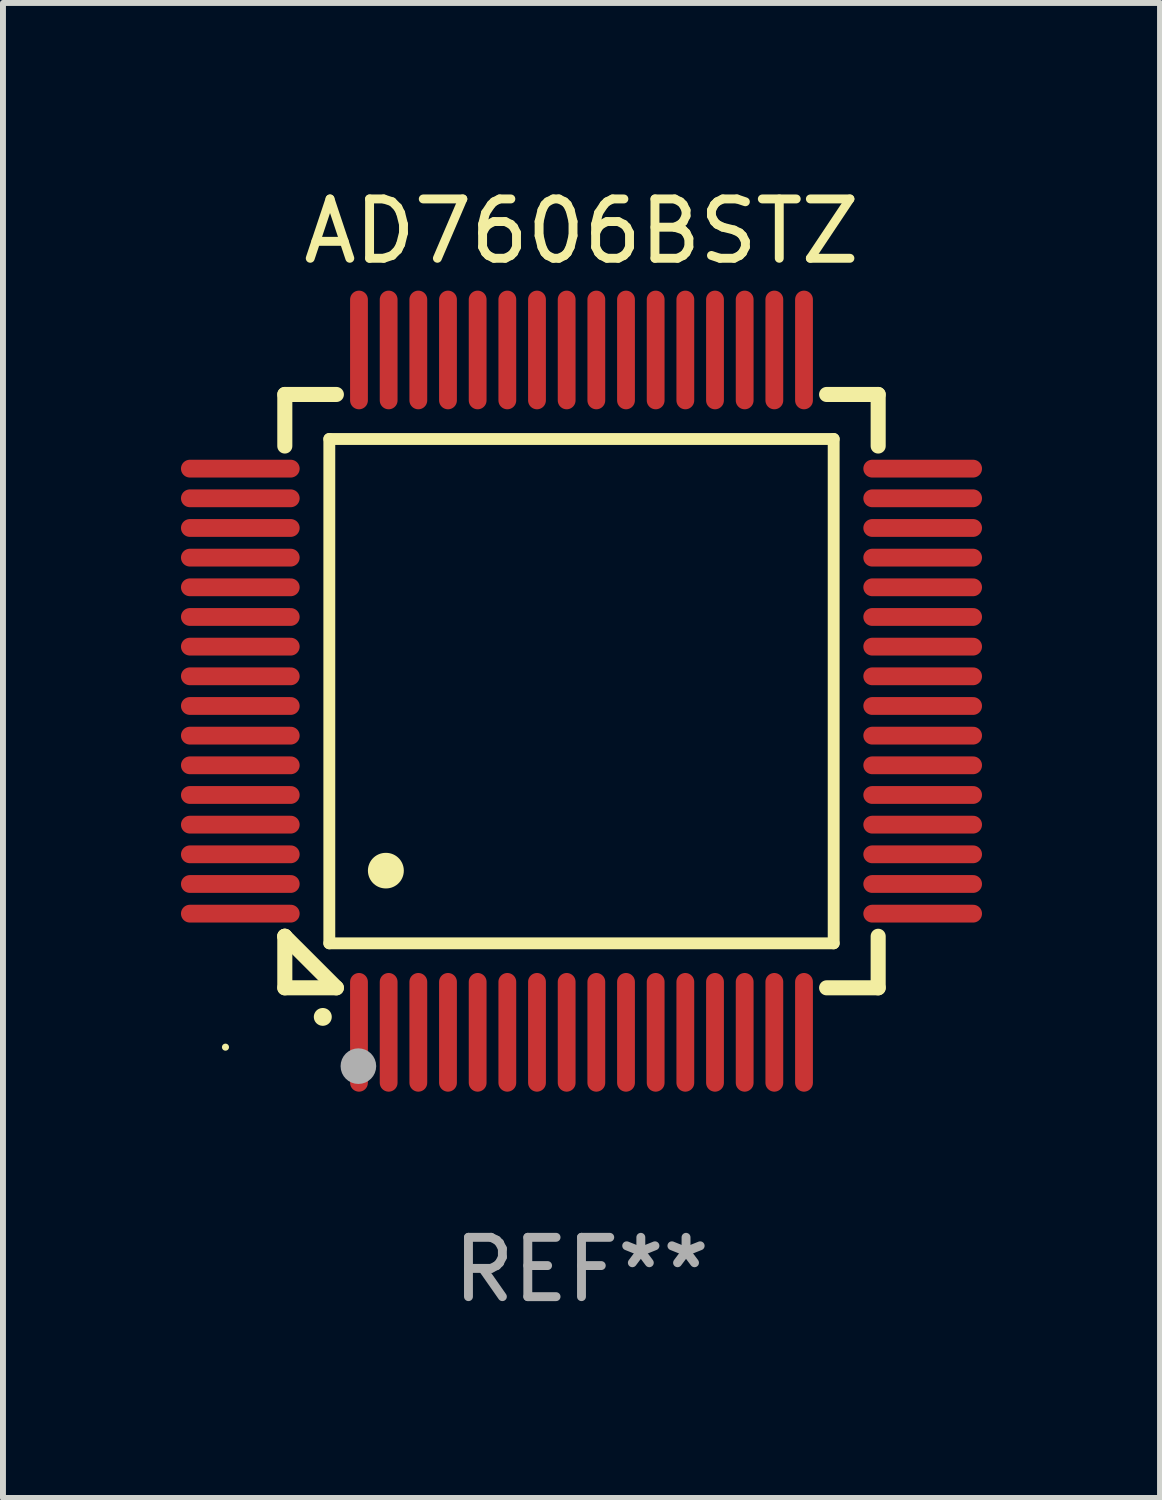
<source format=kicad_pcb>
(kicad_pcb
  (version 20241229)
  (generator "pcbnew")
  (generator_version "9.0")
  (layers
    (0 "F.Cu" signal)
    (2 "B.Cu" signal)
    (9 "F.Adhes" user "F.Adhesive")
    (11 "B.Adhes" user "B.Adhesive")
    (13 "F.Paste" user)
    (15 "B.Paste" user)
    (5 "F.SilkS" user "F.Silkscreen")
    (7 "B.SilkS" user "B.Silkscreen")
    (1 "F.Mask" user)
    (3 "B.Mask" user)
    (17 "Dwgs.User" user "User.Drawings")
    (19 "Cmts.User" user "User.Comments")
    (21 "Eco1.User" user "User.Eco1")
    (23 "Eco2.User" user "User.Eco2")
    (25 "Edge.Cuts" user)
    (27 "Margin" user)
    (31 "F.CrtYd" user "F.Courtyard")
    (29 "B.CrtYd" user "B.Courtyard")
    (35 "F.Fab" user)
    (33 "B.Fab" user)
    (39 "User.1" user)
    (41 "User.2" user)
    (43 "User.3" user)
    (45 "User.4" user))
  (footprint "AD7606BSTZ"
    (layer "F.Cu")
    (at 6.75 8.598)
    (property "Reference" "AD7606BSTZ" (at 0 -7.75 0) (layer "F.SilkS") (effects (font (size 1 1) (thickness 0.15))))
    (attr through_hole)
    (fp_line (start -5 -5) (end -4.131 -5) (stroke (width 0.254) (type solid)) (layer "F.SilkS"))
    (fp_line (start -5 -4.131) (end -5 -5) (stroke (width 0.254) (type solid)) (layer "F.SilkS"))
    (fp_line (start -5 4.131) (end -5 4.131) (stroke (width 0.254) (type solid)) (layer "F.SilkS"))
    (fp_line (start -5 5) (end -5 4.131) (stroke (width 0.254) (type solid)) (layer "F.SilkS"))
    (fp_line (start -5 4.131) (end -4.131 5) (stroke (width 0.254) (type solid)) (layer "F.SilkS"))
    (fp_line (start -4.25 -4.25) (end -4.25 4.25) (stroke (width 0.2) (type solid)) (layer "F.SilkS"))
    (fp_line (start -4.25 4.25) (end 4.25 4.25) (stroke (width 0.2) (type solid)) (layer "F.SilkS"))
    (fp_line (start -4.131 5) (end -5 5) (stroke (width 0.254) (type solid)) (layer "F.SilkS"))
    (fp_line (start 4.25 -4.25) (end -4.25 -4.25) (stroke (width 0.2) (type solid)) (layer "F.SilkS"))
    (fp_line (start 4.25 4.25) (end 4.25 -4.25) (stroke (width 0.2) (type solid)) (layer "F.SilkS"))
    (fp_line (start 5 -5) (end 4.131 -5) (stroke (width 0.254) (type solid)) (layer "F.SilkS"))
    (fp_line (start 5 -5) (end 5 -4.131) (stroke (width 0.254) (type solid)) (layer "F.SilkS"))
    (fp_line (start 5 4.131) (end 5 5) (stroke (width 0.254) (type solid)) (layer "F.SilkS"))
    (fp_line (start 5 5) (end 4.131 5) (stroke (width 0.254) (type solid)) (layer "F.SilkS"))
    (fp_arc (start -4.361265 5.489992) (mid -4.359995 5.489987) (end -4.358725 5.489992) (stroke (width 0.3) (type solid)) (layer "F.SilkS"))
    (fp_arc (start -3.299467 3.025146) (mid -3.296927 3.025135) (end -3.294387 3.025146) (stroke (width 0.6) (type solid)) (layer "F.SilkS"))
    (fp_circle (center -6 6) (end -5.97 6) (stroke (width 0.06) (type solid)) (fill no) (layer "F.SilkS"))
    (fp_circle (center -3.76 6.32) (end -3.61 6.32) (stroke (width 0.3) (type solid)) (fill no) (layer "F.Fab"))
    (fp_text user "REF**" (at 0 9.75 0) (layer "F.Fab") (effects (font (size 1 1) (thickness 0.15))))
    (pad "1" smd oval (at -3.75 5.75) (size 0.3 2) (layers "F.Cu" "F.Mask" "F.Paste"))
    (pad "2" smd oval (at -3.25 5.75) (size 0.3 2) (layers "F.Cu" "F.Mask" "F.Paste"))
    (pad "3" smd oval (at -2.75 5.75) (size 0.3 2) (layers "F.Cu" "F.Mask" "F.Paste"))
    (pad "4" smd oval (at -2.25 5.75) (size 0.3 2) (layers "F.Cu" "F.Mask" "F.Paste"))
    (pad "5" smd oval (at -1.75 5.75) (size 0.3 2) (layers "F.Cu" "F.Mask" "F.Paste"))
    (pad "6" smd oval (at -1.25 5.75) (size 0.3 2) (layers "F.Cu" "F.Mask" "F.Paste"))
    (pad "7" smd oval (at -0.75 5.75) (size 0.3 2) (layers "F.Cu" "F.Mask" "F.Paste"))
    (pad "8" smd oval (at -0.25 5.75) (size 0.3 2) (layers "F.Cu" "F.Mask" "F.Paste"))
    (pad "9" smd oval (at 0.25 5.75) (size 0.3 2) (layers "F.Cu" "F.Mask" "F.Paste"))
    (pad "10" smd oval (at 0.75 5.75) (size 0.3 2) (layers "F.Cu" "F.Mask" "F.Paste"))
    (pad "11" smd oval (at 1.25 5.75) (size 0.3 2) (layers "F.Cu" "F.Mask" "F.Paste"))
    (pad "12" smd oval (at 1.75 5.75) (size 0.3 2) (layers "F.Cu" "F.Mask" "F.Paste"))
    (pad "13" smd oval (at 2.25 5.75) (size 0.3 2) (layers "F.Cu" "F.Mask" "F.Paste"))
    (pad "14" smd oval (at 2.75 5.75) (size 0.3 2) (layers "F.Cu" "F.Mask" "F.Paste"))
    (pad "15" smd oval (at 3.25 5.75) (size 0.3 2) (layers "F.Cu" "F.Mask" "F.Paste"))
    (pad "16" smd oval (at 3.75 5.75) (size 0.3 2) (layers "F.Cu" "F.Mask" "F.Paste"))
    (pad "17" smd oval (at 5.75 3.75) (size 2 0.3) (layers "F.Cu" "F.Mask" "F.Paste"))
    (pad "18" smd oval (at 5.75 3.25) (size 2 0.3) (layers "F.Cu" "F.Mask" "F.Paste"))
    (pad "19" smd oval (at 5.75 2.75) (size 2 0.3) (layers "F.Cu" "F.Mask" "F.Paste"))
    (pad "20" smd oval (at 5.75 2.25) (size 2 0.3) (layers "F.Cu" "F.Mask" "F.Paste"))
    (pad "21" smd oval (at 5.75 1.75) (size 2 0.3) (layers "F.Cu" "F.Mask" "F.Paste"))
    (pad "22" smd oval (at 5.75 1.25) (size 2 0.3) (layers "F.Cu" "F.Mask" "F.Paste"))
    (pad "23" smd oval (at 5.75 0.75) (size 2 0.3) (layers "F.Cu" "F.Mask" "F.Paste"))
    (pad "24" smd oval (at 5.75 0.25) (size 2 0.3) (layers "F.Cu" "F.Mask" "F.Paste"))
    (pad "25" smd oval (at 5.75 -0.25) (size 2 0.3) (layers "F.Cu" "F.Mask" "F.Paste"))
    (pad "26" smd oval (at 5.75 -0.75) (size 2 0.3) (layers "F.Cu" "F.Mask" "F.Paste"))
    (pad "27" smd oval (at 5.75 -1.25) (size 2 0.3) (layers "F.Cu" "F.Mask" "F.Paste"))
    (pad "28" smd oval (at 5.75 -1.75) (size 2 0.3) (layers "F.Cu" "F.Mask" "F.Paste"))
    (pad "29" smd oval (at 5.75 -2.25) (size 2 0.3) (layers "F.Cu" "F.Mask" "F.Paste"))
    (pad "30" smd oval (at 5.75 -2.75) (size 2 0.3) (layers "F.Cu" "F.Mask" "F.Paste"))
    (pad "31" smd oval (at 5.75 -3.25) (size 2 0.3) (layers "F.Cu" "F.Mask" "F.Paste"))
    (pad "32" smd oval (at 5.75 -3.75) (size 2 0.3) (layers "F.Cu" "F.Mask" "F.Paste"))
    (pad "33" smd oval (at 3.75 -5.75) (size 0.3 2) (layers "F.Cu" "F.Mask" "F.Paste"))
    (pad "34" smd oval (at 3.25 -5.75) (size 0.3 2) (layers "F.Cu" "F.Mask" "F.Paste"))
    (pad "35" smd oval (at 2.75 -5.75) (size 0.3 2) (layers "F.Cu" "F.Mask" "F.Paste"))
    (pad "36" smd oval (at 2.25 -5.75) (size 0.3 2) (layers "F.Cu" "F.Mask" "F.Paste"))
    (pad "37" smd oval (at 1.75 -5.75) (size 0.3 2) (layers "F.Cu" "F.Mask" "F.Paste"))
    (pad "38" smd oval (at 1.25 -5.75) (size 0.3 2) (layers "F.Cu" "F.Mask" "F.Paste"))
    (pad "39" smd oval (at 0.75 -5.75) (size 0.3 2) (layers "F.Cu" "F.Mask" "F.Paste"))
    (pad "40" smd oval (at 0.25 -5.75) (size 0.3 2) (layers "F.Cu" "F.Mask" "F.Paste"))
    (pad "41" smd oval (at -0.25 -5.75) (size 0.3 2) (layers "F.Cu" "F.Mask" "F.Paste"))
    (pad "42" smd oval (at -0.75 -5.75) (size 0.3 2) (layers "F.Cu" "F.Mask" "F.Paste"))
    (pad "43" smd oval (at -1.25 -5.75) (size 0.3 2) (layers "F.Cu" "F.Mask" "F.Paste"))
    (pad "44" smd oval (at -1.75 -5.75) (size 0.3 2) (layers "F.Cu" "F.Mask" "F.Paste"))
    (pad "45" smd oval (at -2.25 -5.75) (size 0.3 2) (layers "F.Cu" "F.Mask" "F.Paste"))
    (pad "46" smd oval (at -2.75 -5.75) (size 0.3 2) (layers "F.Cu" "F.Mask" "F.Paste"))
    (pad "47" smd oval (at -3.25 -5.75) (size 0.3 2) (layers "F.Cu" "F.Mask" "F.Paste"))
    (pad "48" smd oval (at -3.75 -5.75) (size 0.3 2) (layers "F.Cu" "F.Mask" "F.Paste"))
    (pad "49" smd oval (at -5.75 -3.75) (size 2 0.3) (layers "F.Cu" "F.Mask" "F.Paste"))
    (pad "50" smd oval (at -5.75 -3.25) (size 2 0.3) (layers "F.Cu" "F.Mask" "F.Paste"))
    (pad "51" smd oval (at -5.75 -2.75) (size 2 0.3) (layers "F.Cu" "F.Mask" "F.Paste"))
    (pad "52" smd oval (at -5.75 -2.25) (size 2 0.3) (layers "F.Cu" "F.Mask" "F.Paste"))
    (pad "53" smd oval (at -5.75 -1.75) (size 2 0.3) (layers "F.Cu" "F.Mask" "F.Paste"))
    (pad "54" smd oval (at -5.75 -1.25) (size 2 0.3) (layers "F.Cu" "F.Mask" "F.Paste"))
    (pad "55" smd oval (at -5.75 -0.75) (size 2 0.3) (layers "F.Cu" "F.Mask" "F.Paste"))
    (pad "56" smd oval (at -5.75 -0.25) (size 2 0.3) (layers "F.Cu" "F.Mask" "F.Paste"))
    (pad "57" smd oval (at -5.75 0.25) (size 2 0.3) (layers "F.Cu" "F.Mask" "F.Paste"))
    (pad "58" smd oval (at -5.75 0.75) (size 2 0.3) (layers "F.Cu" "F.Mask" "F.Paste"))
    (pad "59" smd oval (at -5.75 1.25) (size 2 0.3) (layers "F.Cu" "F.Mask" "F.Paste"))
    (pad "60" smd oval (at -5.75 1.75) (size 2 0.3) (layers "F.Cu" "F.Mask" "F.Paste"))
    (pad "61" smd oval (at -5.75 2.25) (size 2 0.3) (layers "F.Cu" "F.Mask" "F.Paste"))
    (pad "62" smd oval (at -5.75 2.75) (size 2 0.3) (layers "F.Cu" "F.Mask" "F.Paste"))
    (pad "63" smd oval (at -5.75 3.25) (size 2 0.3) (layers "F.Cu" "F.Mask" "F.Paste"))
    (pad "64" smd oval (at -5.75 3.75) (size 2 0.3) (layers "F.Cu" "F.Mask" "F.Paste")))
  (gr_rect
    (start -3 -3)
    (end 16.5 22.196)
    (stroke (width 0.1) (type default))
    (fill no)
    (layer "Edge.Cuts")))
</source>
